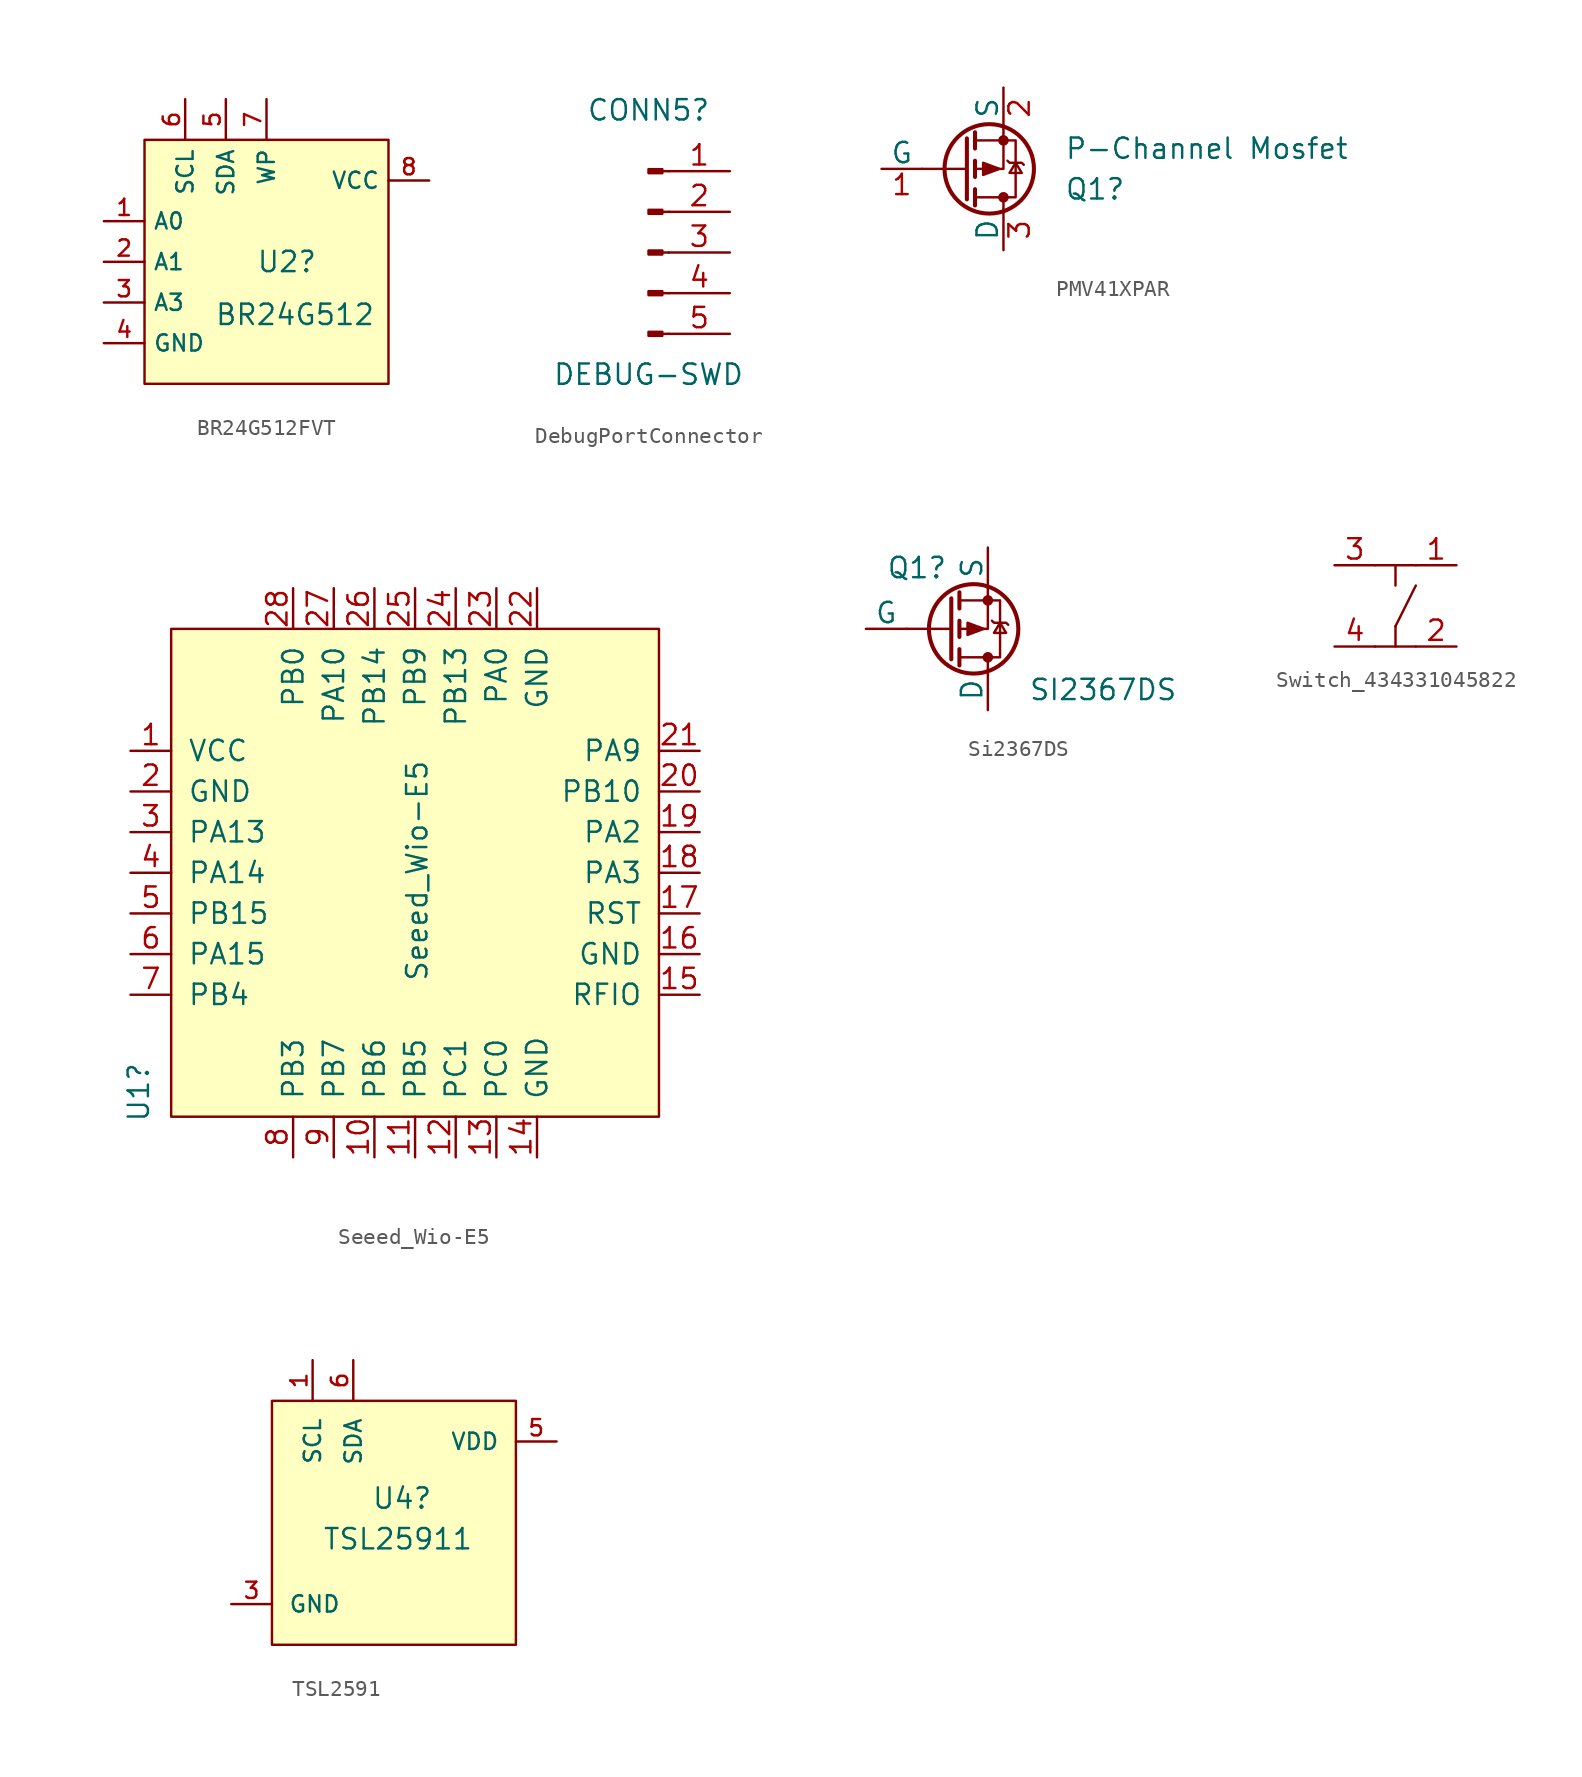
<source format=kicad_sym>
(kicad_symbol_lib
  (version 20231120)
  (generator "kicad_symbol_editor")
  (generator_version "8.0")
  (symbol "BR24G512FVT"
    (property "Reference" "U2"
      (at 1.27 0 0)
      (effects (font (size 1.27 1.27))))
    (property "Value" "BR24G512"
      (at 1.778 -3.302 0)
      (effects (font (size 1.27 1.27))))
    (symbol "BR24G512FVT_0_1"
      (rectangle (start -7.62 7.62) (end 7.62 -7.62) (stroke (width 0) (type default)) (fill (type background))))
    (symbol "BR24G512FVT_1_1"
      (pin input line (at -10.16 2.54 0) (length 2.54) (name "A0" (effects (font (size 1.016 1.016)))) (number "1" (effects (font (size 1.016 1.016)))))
      (pin input line (at -10.16 0 0) (length 2.54) (name "A1" (effects (font (size 1.016 1.016)))) (number "2" (effects (font (size 1.016 1.016)))))
      (pin input line (at -10.16 -2.54 0) (length 2.54) (name "A3" (effects (font (size 1.016 1.016)))) (number "3" (effects (font (size 1.016 1.016)))))
      (pin power_in line (at -10.16 -5.08 0) (length 2.54) (name "GND" (effects (font (size 1.016 1.016)))) (number "4" (effects (font (size 1.016 1.016)))))
      (pin input line (at -2.54 10.16 270) (length 2.54) (name "SDA" (effects (font (size 1.016 1.016)))) (number "5" (effects (font (size 1.016 1.016)))))
      (pin input line (at -5.08 10.16 270) (length 2.54) (name "SCL" (effects (font (size 1.016 1.016)))) (number "6" (effects (font (size 1.016 1.016)))))
      (pin input line (at 0 10.16 270) (length 2.54) (name "WP" (effects (font (size 1.016 1.016)))) (number "7" (effects (font (size 1.016 1.016)))))
      (pin power_in line (at 10.16 5.08 180) (length 2.54) (name "VCC" (effects (font (size 1.016 1.016)))) (number "8" (effects (font (size 1.016 1.016)))))))
  (symbol "DebugPortConnector"
    (pin_names
      (offset 1.016) hide)
    (property "Reference" "CONN5"
      (at 0 8.89 0)
      (effects (font (size 1.27 1.27))))
    (property "Value" "DEBUG-SWD"
      (at 0 -7.62 0)
      (effects (font (size 1.27 1.27))))
    (symbol "DebugPortConnector_1_1"
      (polyline (pts (xy 1.27 -5.08) (xy 0.864 -5.08)) (stroke (width 0.152) (type default)) (fill (type none)))
      (polyline (pts (xy 1.27 -2.54) (xy 0.864 -2.54)) (stroke (width 0.152) (type default)) (fill (type none)))
      (polyline (pts (xy 1.27 0) (xy 0.864 0)) (stroke (width 0.152) (type default)) (fill (type none)))
      (polyline (pts (xy 1.27 2.54) (xy 0.864 2.54)) (stroke (width 0.152) (type default)) (fill (type none)))
      (polyline (pts (xy 1.27 5.08) (xy 0.864 5.08)) (stroke (width 0.152) (type default)) (fill (type none)))
      (rectangle (start 0.864 -4.953) (end 0 -5.207) (stroke (width 0.152) (type default)) (fill (type outline)))
      (rectangle (start 0.864 -2.413) (end 0 -2.667) (stroke (width 0.152) (type default)) (fill (type outline)))
      (rectangle (start 0.864 0.127) (end 0 -0.127) (stroke (width 0.152) (type default)) (fill (type outline)))
      (rectangle (start 0.864 2.667) (end 0 2.413) (stroke (width 0.152) (type default)) (fill (type outline)))
      (rectangle (start 0.864 5.207) (end 0 4.953) (stroke (width 0.152) (type default)) (fill (type outline)))
      (pin passive line (at 5.08 5.08 180) (length 3.81) (name "Pin_1" (effects (font (size 1.27 1.27)))) (number "1" (effects (font (size 1.27 1.27)))))
      (pin passive line (at 5.08 2.54 180) (length 3.81) (name "Pin_2" (effects (font (size 1.27 1.27)))) (number "2" (effects (font (size 1.27 1.27)))))
      (pin passive line (at 5.08 0 180) (length 3.81) (name "Pin_3" (effects (font (size 1.27 1.27)))) (number "3" (effects (font (size 1.27 1.27)))))
      (pin passive line (at 5.08 -2.54 180) (length 3.81) (name "Pin_4" (effects (font (size 1.27 1.27)))) (number "4" (effects (font (size 1.27 1.27)))))
      (pin passive line (at 5.08 -5.08 180) (length 3.81) (name "Pin_5" (effects (font (size 1.27 1.27)))) (number "5" (effects (font (size 1.27 1.27)))))))
  (symbol "PMV41XPAR"
    (pin_names
      (offset 0))
    (property "Reference" "Q1"
      (at 6.35 -1.27 0)
      (effects (font (size 1.27 1.27)) (justify left)))
    (property "Value" "P-Channel Mosfet"
      (at 6.35 1.27 0)
      (effects (font (size 1.27 1.27)) (justify left)))
    (symbol "PMV41XPAR_0_1"
      (polyline (pts (xy 0.254 -1.905) (xy 0.254 1.905)) (stroke (width 0.254) (type default)) (fill (type none)))
      (polyline (pts (xy 0.254 0) (xy -2.54 0)) (stroke (width 0) (type default)) (fill (type none)))
      (polyline (pts (xy 0.762 -2.286) (xy 0.762 -1.27)) (stroke (width 0.254) (type default)) (fill (type none)))
      (polyline (pts (xy 0.762 -0.508) (xy 0.762 0.508)) (stroke (width 0.254) (type default)) (fill (type none)))
      (polyline (pts (xy 0.762 1.27) (xy 0.762 2.286)) (stroke (width 0.254) (type default)) (fill (type none)))
      (polyline (pts (xy 2.54 -2.54) (xy 2.54 -1.778)) (stroke (width 0) (type default)) (fill (type none)))
      (polyline (pts (xy 2.54 2.54) (xy 2.54 0) (xy 0.762 0)) (stroke (width 0) (type default)) (fill (type none)))
      (polyline (pts (xy 0.762 -1.778) (xy 3.302 -1.778) (xy 3.302 1.778) (xy 0.762 1.778)) (stroke (width 0) (type default)) (fill (type none)))
      (polyline (pts (xy 2.286 0) (xy 1.27 -0.381) (xy 1.27 0.381) (xy 2.286 0)) (stroke (width 0) (type default)) (fill (type outline)))
      (polyline (pts (xy 2.794 0.508) (xy 2.921 0.381) (xy 3.683 0.381) (xy 3.81 0.254)) (stroke (width 0) (type default)) (fill (type none)))
      (polyline (pts (xy 3.302 0.381) (xy 2.921 -0.254) (xy 3.683 -0.254) (xy 3.302 0.381)) (stroke (width 0) (type default)) (fill (type none)))
      (circle (center 1.651 0) (radius 2.794) (stroke (width 0.254) (type default)) (fill (type none)))
      (circle (center 2.54 -1.778) (radius 0.254) (stroke (width 0) (type default)) (fill (type outline)))
      (circle (center 2.54 1.778) (radius 0.254) (stroke (width 0) (type default)) (fill (type outline))))
    (symbol "PMV41XPAR_1_1"
      (pin input line (at -5.08 0 0) (length 2.54) (name "G" (effects (font (size 1.27 1.27)))) (number "1" (effects (font (size 1.27 1.27)))))
      (pin power_in line (at 2.54 5.08 270) (length 2.54) (name "S" (effects (font (size 1.27 1.27)))) (number "2" (effects (font (size 1.27 1.27)))))
      (pin power_out line (at 2.54 -5.08 90) (length 2.54) (name "D" (effects (font (size 1.27 1.27)))) (number "3" (effects (font (size 1.27 1.27)))))))
  (symbol "Seeed_Wio-E5"
    (pin_names
      (offset 1.016))
    (property "Reference" "U1"
      (at -17.272 -13.716 90)
      (effects (font (size 1.27 1.27))))
    (property "Value" "Seeed_Wio-E5"
      (at 0.127 0.127 90)
      (effects (font (size 1.27 1.27))))
    (symbol "Seeed_Wio-E5_0_1"
      (rectangle (start -15.24 15.24) (end 15.24 -15.24) (stroke (width 0) (type default)) (fill (type background))))
    (symbol "Seeed_Wio-E5_1_1"
      (pin input line (at -17.78 7.62 0) (length 2.54) (name "VCC" (effects (font (size 1.27 1.27)))) (number "1" (effects (font (size 1.27 1.27)))))
      (pin output line (at -2.54 -17.78 90) (length 2.54) (name "PB6" (effects (font (size 1.27 1.27)))) (number "10" (effects (font (size 1.27 1.27)))))
      (pin output line (at 0 -17.78 90) (length 2.54) (name "PB5" (effects (font (size 1.27 1.27)))) (number "11" (effects (font (size 1.27 1.27)))))
      (pin input line (at 2.54 -17.78 90) (length 2.54) (name "PC1" (effects (font (size 1.27 1.27)))) (number "12" (effects (font (size 1.27 1.27)))))
      (pin input line (at 5.08 -17.78 90) (length 2.54) (name "PC0" (effects (font (size 1.27 1.27)))) (number "13" (effects (font (size 1.27 1.27)))))
      (pin input line (at 7.62 -17.78 90) (length 2.54) (name "GND" (effects (font (size 1.27 1.27)))) (number "14" (effects (font (size 1.27 1.27)))))
      (pin passive line (at 17.78 -7.62 180) (length 2.54) (name "RFIO" (effects (font (size 1.27 1.27)))) (number "15" (effects (font (size 1.27 1.27)))))
      (pin input line (at 17.78 -5.08 180) (length 2.54) (name "GND" (effects (font (size 1.27 1.27)))) (number "16" (effects (font (size 1.27 1.27)))))
      (pin input line (at 17.78 -2.54 180) (length 2.54) (name "RST" (effects (font (size 1.27 1.27)))) (number "17" (effects (font (size 1.27 1.27)))))
      (pin input line (at 17.78 0 180) (length 2.54) (name "PA3" (effects (font (size 1.27 1.27)))) (number "18" (effects (font (size 1.27 1.27)))))
      (pin output line (at 17.78 2.54 180) (length 2.54) (name "PA2" (effects (font (size 1.27 1.27)))) (number "19" (effects (font (size 1.27 1.27)))))
      (pin input line (at -17.78 5.08 0) (length 2.54) (name "GND" (effects (font (size 1.27 1.27)))) (number "2" (effects (font (size 1.27 1.27)))))
      (pin input line (at 17.78 5.08 180) (length 2.54) (name "PB10" (effects (font (size 1.27 1.27)))) (number "20" (effects (font (size 1.27 1.27)))))
      (pin input line (at 17.78 7.62 180) (length 2.54) (name "PA9" (effects (font (size 1.27 1.27)))) (number "21" (effects (font (size 1.27 1.27)))))
      (pin input line (at 7.62 17.78 270) (length 2.54) (name "GND" (effects (font (size 1.27 1.27)))) (number "22" (effects (font (size 1.27 1.27)))))
      (pin input line (at 5.08 17.78 270) (length 2.54) (name "PA0" (effects (font (size 1.27 1.27)))) (number "23" (effects (font (size 1.27 1.27)))))
      (pin input line (at 2.54 17.78 270) (length 2.54) (name "PB13~{}" (effects (font (size 1.27 1.27)))) (number "24" (effects (font (size 1.27 1.27)))))
      (pin output line (at 0 17.78 270) (length 2.54) (name "PB9" (effects (font (size 1.27 1.27)))) (number "25" (effects (font (size 1.27 1.27)))))
      (pin output line (at -2.54 17.78 270) (length 2.54) (name "PB14" (effects (font (size 1.27 1.27)))) (number "26" (effects (font (size 1.27 1.27)))))
      (pin input line (at -5.08 17.78 270) (length 2.54) (name "PA10" (effects (font (size 1.27 1.27)))) (number "27" (effects (font (size 1.27 1.27)))))
      (pin input line (at -7.62 17.78 270) (length 2.54) (name "PB0" (effects (font (size 1.27 1.27)))) (number "28" (effects (font (size 1.27 1.27)))))
      (pin input line (at -17.78 2.54 0) (length 2.54) (name "PA13" (effects (font (size 1.27 1.27)))) (number "3" (effects (font (size 1.27 1.27)))))
      (pin input line (at -17.78 0 0) (length 2.54) (name "PA14" (effects (font (size 1.27 1.27)))) (number "4" (effects (font (size 1.27 1.27)))))
      (pin input line (at -17.78 -2.54 0) (length 2.54) (name "PB15" (effects (font (size 1.27 1.27)))) (number "5" (effects (font (size 1.27 1.27)))))
      (pin input line (at -17.78 -5.08 0) (length 2.54) (name "PA15" (effects (font (size 1.27 1.27)))) (number "6" (effects (font (size 1.27 1.27)))))
      (pin input line (at -17.78 -7.62 0) (length 2.54) (name "PB4" (effects (font (size 1.27 1.27)))) (number "7" (effects (font (size 1.27 1.27)))))
      (pin input line (at -7.62 -17.78 90) (length 2.54) (name "PB3" (effects (font (size 1.27 1.27)))) (number "8" (effects (font (size 1.27 1.27)))))
      (pin input line (at -5.08 -17.78 90) (length 2.54) (name "PB7" (effects (font (size 1.27 1.27)))) (number "9" (effects (font (size 1.27 1.27)))))))
  (symbol "Si2367DS"
    (pin_numbers hide)
    (pin_names
      (offset 0))
    (property "Reference" "Q1"
      (at -3.81 3.81 0)
      (effects (font (size 1.27 1.27)) (justify left)))
    (property "Value" "SI2367DS"
      (at 5.08 -3.81 0)
      (effects (font (size 1.27 1.27)) (justify left)))
    (symbol "Si2367DS_0_1"
      (polyline (pts (xy 0.254 -1.905) (xy 0.254 1.905)) (stroke (width 0.254) (type default)) (fill (type none)))
      (polyline (pts (xy 0.254 0) (xy -2.54 0)) (stroke (width 0) (type default)) (fill (type none)))
      (polyline (pts (xy 0.762 -2.286) (xy 0.762 -1.27)) (stroke (width 0.254) (type default)) (fill (type none)))
      (polyline (pts (xy 0.762 -0.508) (xy 0.762 0.508)) (stroke (width 0.254) (type default)) (fill (type none)))
      (polyline (pts (xy 0.762 1.27) (xy 0.762 2.286)) (stroke (width 0.254) (type default)) (fill (type none)))
      (polyline (pts (xy 2.54 -2.54) (xy 2.54 -1.778)) (stroke (width 0) (type default)) (fill (type none)))
      (polyline (pts (xy 2.54 2.54) (xy 2.54 0) (xy 0.762 0)) (stroke (width 0) (type default)) (fill (type none)))
      (polyline (pts (xy 0.762 -1.778) (xy 3.302 -1.778) (xy 3.302 1.778) (xy 0.762 1.778)) (stroke (width 0) (type default)) (fill (type none)))
      (polyline (pts (xy 2.286 0) (xy 1.27 -0.381) (xy 1.27 0.381) (xy 2.286 0)) (stroke (width 0) (type default)) (fill (type outline)))
      (polyline (pts (xy 2.794 0.508) (xy 2.921 0.381) (xy 3.683 0.381) (xy 3.81 0.254)) (stroke (width 0) (type default)) (fill (type none)))
      (polyline (pts (xy 3.302 0.381) (xy 2.921 -0.254) (xy 3.683 -0.254) (xy 3.302 0.381)) (stroke (width 0) (type default)) (fill (type none)))
      (circle (center 1.651 0) (radius 2.794) (stroke (width 0.254) (type default)) (fill (type none)))
      (circle (center 2.54 -1.778) (radius 0.254) (stroke (width 0) (type default)) (fill (type outline)))
      (circle (center 2.54 1.778) (radius 0.254) (stroke (width 0) (type default)) (fill (type outline))))
    (symbol "Si2367DS_1_1"
      (pin input line (at -5.08 0 0) (length 2.54) (name "G" (effects (font (size 1.27 1.27)))) (number "1" (effects (font (size 1.27 1.27)))))
      (pin passive line (at 2.54 5.08 270) (length 2.54) (name "S" (effects (font (size 1.27 1.27)))) (number "2" (effects (font (size 1.27 1.27)))))
      (pin passive line (at 2.54 -5.08 90) (length 2.54) (name "D" (effects (font (size 1.27 1.27)))) (number "3" (effects (font (size 1.27 1.27)))))))
  (symbol "Switch_434331045822"
    (pin_names
      (offset 1.016) hide)
    (property "Reference" "SW1"
      (at 0 6.35 0)
      (effects (font (size 1.27 1.27)) (justify left) (hide yes)))
    (symbol "Switch_434331045822_0_1"
      (polyline (pts (xy 0 -1.27) (xy 0 -2.54)) (stroke (width 0) (type default)) (fill (type none)))
      (polyline (pts (xy 0 2.54) (xy 0 1.27)) (stroke (width 0) (type default)) (fill (type none)))
      (polyline (pts (xy 1.27 -2.54) (xy -1.27 -2.54)) (stroke (width 0) (type default)) (fill (type none)))
      (polyline (pts (xy 1.27 1.27) (xy 0 -1.27)) (stroke (width 0) (type default)) (fill (type none)))
      (polyline (pts (xy 1.27 2.54) (xy -1.27 2.54)) (stroke (width 0) (type default)) (fill (type none))))
    (symbol "Switch_434331045822_1_1"
      (pin passive line (at 3.81 2.54 180) (length 2.54) (name "1" (effects (font (size 1.27 1.27)))) (number "1" (effects (font (size 1.27 1.27)))))
      (pin passive line (at 3.81 -2.54 180) (length 2.54) (name "2" (effects (font (size 1.27 1.27)))) (number "2" (effects (font (size 1.27 1.27)))))
      (pin passive line (at -3.81 2.54 0) (length 2.54) (name "3" (effects (font (size 1.27 1.27)))) (number "3" (effects (font (size 1.27 1.27)))))
      (pin passive line (at -3.81 -2.54 0) (length 2.54) (name "4" (effects (font (size 1.27 1.27)))) (number "4" (effects (font (size 1.27 1.27)))))))
  (symbol "TSL2591"
    (pin_names
      (offset 1.016))
    (property "Reference" "U4"
      (at 0.508 1.524 0)
      (effects (font (size 1.27 1.27))))
    (property "Value" "TSL25911"
      (at 0.254 -1.016 0)
      (effects (font (size 1.27 1.27))))
    (symbol "TSL2591_0_1"
      (rectangle (start -7.62 7.62) (end 7.62 -7.62) (stroke (width 0) (type default)) (fill (type background))))
    (symbol "TSL2591_1_0"
      (pin input line (at -5.08 10.16 270) (length 2.54) (name "SCL" (effects (font (size 1.016 1.016)))) (number "1" (effects (font (size 1.016 1.016)))))
      (pin no_connect line (at -17.78 2.54 0) (length 5.08) hide (name "INT" (effects (font (size 1.016 1.016)))) (number "2" (effects (font (size 1.016 1.016)))))
      (pin power_in line (at -10.16 -5.08 0) (length 2.54) (name "GND" (effects (font (size 1.016 1.016)))) (number "3" (effects (font (size 1.016 1.016)))))
      (pin no_connect line (at -17.78 0 0) (length 5.08) hide (name "NC" (effects (font (size 1.016 1.016)))) (number "4" (effects (font (size 1.016 1.016)))))
      (pin power_in line (at 10.16 5.08 180) (length 2.54) (name "VDD" (effects (font (size 1.016 1.016)))) (number "5" (effects (font (size 1.016 1.016)))))
      (pin bidirectional line (at -2.54 10.16 270) (length 2.54) (name "SDA" (effects (font (size 1.016 1.016)))) (number "6" (effects (font (size 1.016 1.016))))))))
</source>
